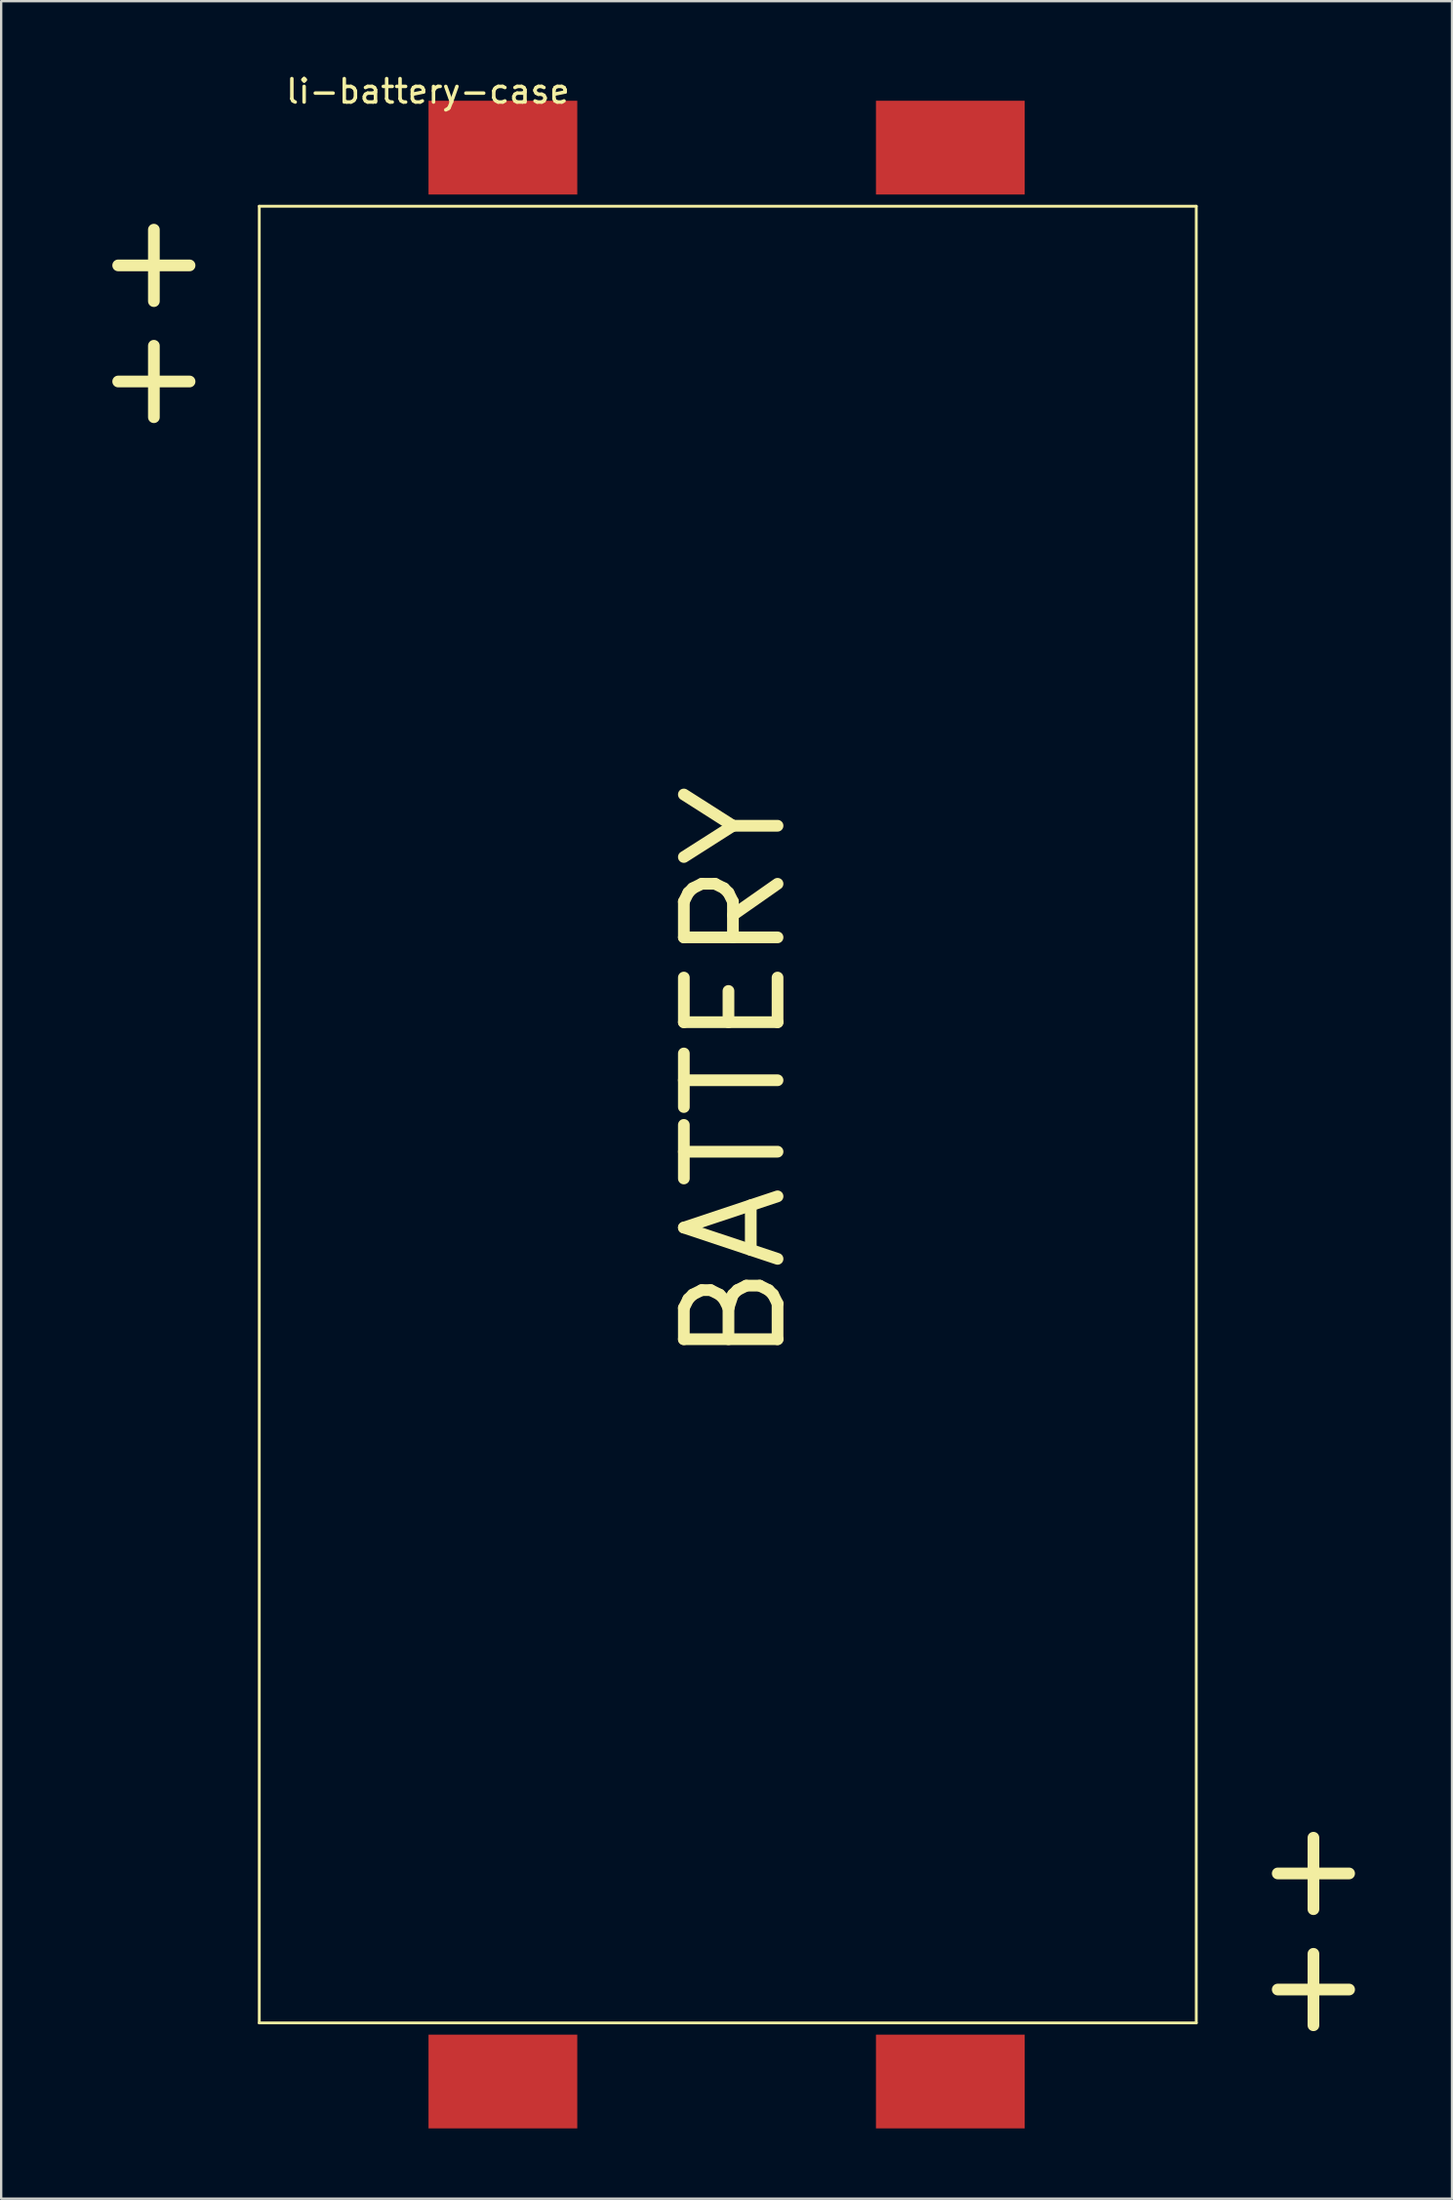
<source format=kicad_pcb>
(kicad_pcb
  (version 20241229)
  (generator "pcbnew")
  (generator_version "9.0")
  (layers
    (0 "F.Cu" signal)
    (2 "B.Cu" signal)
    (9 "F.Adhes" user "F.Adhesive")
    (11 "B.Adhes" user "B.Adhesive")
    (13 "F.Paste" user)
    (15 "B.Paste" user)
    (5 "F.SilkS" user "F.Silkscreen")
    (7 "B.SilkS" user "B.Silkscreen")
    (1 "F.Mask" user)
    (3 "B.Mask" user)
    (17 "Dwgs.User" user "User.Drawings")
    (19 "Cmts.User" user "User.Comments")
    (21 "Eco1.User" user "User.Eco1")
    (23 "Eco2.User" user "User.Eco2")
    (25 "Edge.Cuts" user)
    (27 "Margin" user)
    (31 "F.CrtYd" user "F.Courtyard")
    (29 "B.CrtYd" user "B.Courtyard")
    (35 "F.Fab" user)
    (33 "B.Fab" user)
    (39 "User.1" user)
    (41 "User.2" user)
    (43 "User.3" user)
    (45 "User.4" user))
  (footprint "li-battery-case"
    (layer "F.Cu")
    (at 8.018 5.748)
    (property "Reference" "li-battery-case" (at 7.2 -4.9 0) (layer "F.SilkS") (effects (font (size 1 1) (thickness 0.15))))
    (attr through_hole)
    (fp_line (start 0 0) (end 40 0) (stroke (width 0.12) (type solid)) (layer "F.SilkS"))
    (fp_line (start 0 77.5) (end 0 0) (stroke (width 0.12) (type solid)) (layer "F.SilkS"))
    (fp_line (start 40 0) (end 40 77.5) (stroke (width 0.12) (type solid)) (layer "F.SilkS"))
    (fp_line (start 40 77.5) (end 0 77.5) (stroke (width 0.12) (type solid)) (layer "F.SilkS"))
    (fp_text user "BATTERY" (at 20.3 37 90) (layer "F.SilkS") (effects (font (size 4 4) (thickness 0.5))))
    (fp_text user "++" (at 44.7 73.6 90) (layer "F.SilkS") (effects (font (size 4 4) (thickness 0.5))))
    (fp_text user "++" (at -4.8 5 90) (layer "F.SilkS") (effects (font (size 4 4) (thickness 0.5))))
    (pad "1" smd rect (at 10.4 -2.5) (size 6.35 4) (layers "F.Cu" "F.Mask" "F.Paste"))
    (pad "2" smd rect (at 10.4 80) (size 6.35 4) (layers "F.Cu" "F.Mask" "F.Paste"))
    (pad "3" smd rect (at 29.5 80) (size 6.35 4) (layers "F.Cu" "F.Mask" "F.Paste"))
    (pad "4" smd rect (at 29.5 -2.5) (size 6.35 4) (layers "F.Cu" "F.Mask" "F.Paste")))
  (gr_rect
    (start -3 -3)
    (end 58.935 90.748)
    (stroke (width 0.1) (type default))
    (fill no)
    (layer "Edge.Cuts")))
</source>
